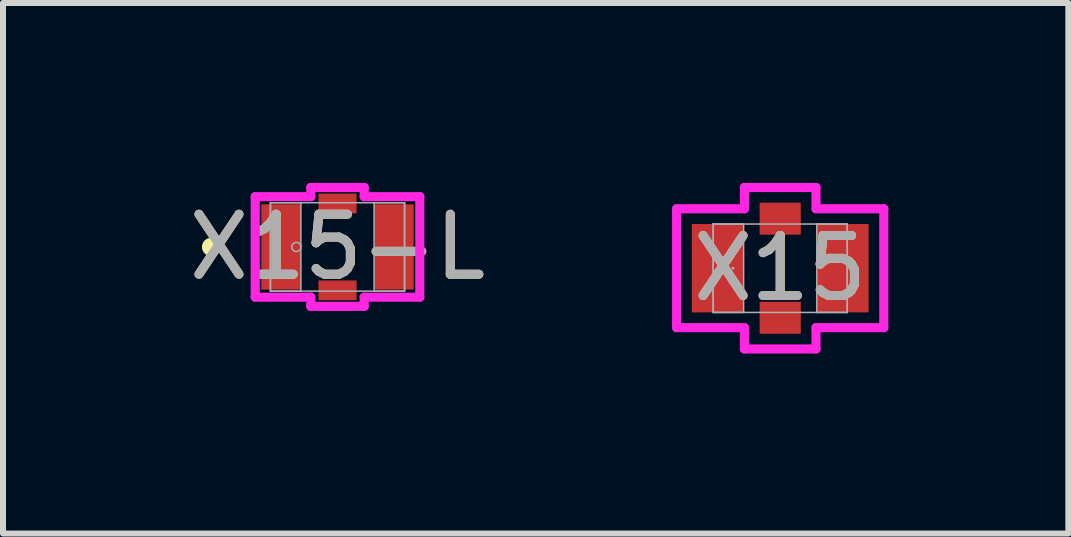
<source format=kicad_pcb>
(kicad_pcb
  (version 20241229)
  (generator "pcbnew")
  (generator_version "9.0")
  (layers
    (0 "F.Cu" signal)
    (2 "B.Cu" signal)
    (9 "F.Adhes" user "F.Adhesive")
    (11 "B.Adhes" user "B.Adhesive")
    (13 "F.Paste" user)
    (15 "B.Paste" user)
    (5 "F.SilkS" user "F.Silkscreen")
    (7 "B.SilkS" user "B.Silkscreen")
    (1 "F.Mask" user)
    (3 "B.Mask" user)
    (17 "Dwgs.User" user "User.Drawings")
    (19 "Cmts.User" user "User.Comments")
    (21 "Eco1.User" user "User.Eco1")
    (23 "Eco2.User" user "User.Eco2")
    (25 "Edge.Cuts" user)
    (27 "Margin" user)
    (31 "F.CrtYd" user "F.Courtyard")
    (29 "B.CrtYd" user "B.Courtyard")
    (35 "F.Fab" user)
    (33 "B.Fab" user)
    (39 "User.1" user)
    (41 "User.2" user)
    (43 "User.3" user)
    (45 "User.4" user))
  (footprint "X15"
    (layer "F.Cu")
    (at 9.958 1.422)
    (property "Reference" "X15" (at 0 0 0) (unlocked yes) (layer "F.SilkS") (effects (font (size 1 1) (thickness 0.15))))
    (attr smd)
    (fp_line (start -1.727 -0.991) (end -0.597 -0.991) (stroke (width 0.152) (type solid)) (layer "F.CrtYd"))
    (fp_line (start -1.727 0.991) (end -1.727 -0.991) (stroke (width 0.152) (type solid)) (layer "F.CrtYd"))
    (fp_line (start -1.727 0.991) (end -0.597 0.991) (stroke (width 0.152) (type solid)) (layer "F.CrtYd"))
    (fp_line (start -0.597 -1.346) (end 0.597 -1.346) (stroke (width 0.152) (type solid)) (layer "F.CrtYd"))
    (fp_line (start -0.597 -0.991) (end -0.597 -1.346) (stroke (width 0.152) (type solid)) (layer "F.CrtYd"))
    (fp_line (start -0.597 0.991) (end -0.597 1.346) (stroke (width 0.152) (type solid)) (layer "F.CrtYd"))
    (fp_line (start -0.597 1.346) (end 0.597 1.346) (stroke (width 0.152) (type solid)) (layer "F.CrtYd"))
    (fp_line (start 0.597 -0.991) (end 0.597 -1.346) (stroke (width 0.152) (type solid)) (layer "F.CrtYd"))
    (fp_line (start 0.597 0.991) (end 0.597 1.346) (stroke (width 0.152) (type solid)) (layer "F.CrtYd"))
    (fp_line (start 1.727 -0.991) (end 0.597 -0.991) (stroke (width 0.152) (type solid)) (layer "F.CrtYd"))
    (fp_line (start 1.727 0.991) (end 0.597 0.991) (stroke (width 0.152) (type solid)) (layer "F.CrtYd"))
    (fp_line (start 1.727 0.991) (end 1.727 -0.991) (stroke (width 0.152) (type solid)) (layer "F.CrtYd"))
    (fp_line (start -1.118 -0.737) (end -1.118 0.737) (stroke (width 0.025) (type solid)) (layer "F.Fab"))
    (fp_line (start -1.118 -0.737) (end -1.118 0.737) (stroke (width 0.025) (type solid)) (layer "F.Fab"))
    (fp_line (start -1.118 0.737) (end -0.61 0.737) (stroke (width 0.025) (type solid)) (layer "F.Fab"))
    (fp_line (start -1.118 0.737) (end 1.118 0.737) (stroke (width 0.025) (type solid)) (layer "F.Fab"))
    (fp_line (start -0.61 -0.737) (end -1.118 -0.737) (stroke (width 0.025) (type solid)) (layer "F.Fab"))
    (fp_line (start -0.61 0.737) (end -0.61 -0.737) (stroke (width 0.025) (type solid)) (layer "F.Fab"))
    (fp_line (start 0.61 -0.737) (end 0.61 0.737) (stroke (width 0.025) (type solid)) (layer "F.Fab"))
    (fp_line (start 0.61 0.737) (end 1.118 0.737) (stroke (width 0.025) (type solid)) (layer "F.Fab"))
    (fp_line (start 1.118 -0.737) (end -1.118 -0.737) (stroke (width 0.025) (type solid)) (layer "F.Fab"))
    (fp_line (start 1.118 -0.737) (end 0.61 -0.737) (stroke (width 0.025) (type solid)) (layer "F.Fab"))
    (fp_line (start 1.118 0.737) (end 1.118 -0.737) (stroke (width 0.025) (type solid)) (layer "F.Fab"))
    (fp_line (start 1.118 0.737) (end 1.118 -0.737) (stroke (width 0.025) (type solid)) (layer "F.Fab"))
    (fp_circle (center -0.787 0) (end -0.787 0) (stroke (width 0.025) (type solid)) (fill no) (layer "F.Fab"))
    (fp_text user "${REFERENCE}" (at 0 0 0) (unlocked yes) (layer "F.Fab") (effects (font (size 1 1) (thickness 0.15))))
    (pad "1" smd rect (at -1.041 0) (size 0.864 1.473) (layers "F.Cu" "F.Mask" "F.Paste"))
    (pad "2" smd rect (at 1.041 0) (size 0.864 1.473) (layers "F.Cu" "F.Mask" "F.Paste"))
    (pad "3" smd rect (at 0 -0.826) (size 0.686 0.533) (layers "F.Cu" "F.Mask" "F.Paste"))
    (pad "4" smd rect (at 0 0.826) (size 0.686 0.533) (layers "F.Cu" "F.Mask" "F.Paste")))
  (footprint "X15-L"
    (layer "F.Cu")
    (at 2.577 1.067)
    (property "Reference" "X15-L" (at 0 0 0) (unlocked yes) (layer "F.SilkS") (effects (font (size 1 1) (thickness 0.15))))
    (attr smd)
    (fp_circle (center -2.108 0) (end -2.032 0) (stroke (width 0.152) (type solid)) (fill no) (layer "F.SilkS"))
    (fp_line (start -1.372 -0.838) (end -0.445 -0.838) (stroke (width 0.152) (type solid)) (layer "F.CrtYd"))
    (fp_line (start -1.372 0.838) (end -1.372 -0.838) (stroke (width 0.152) (type solid)) (layer "F.CrtYd"))
    (fp_line (start -1.372 0.838) (end -0.445 0.838) (stroke (width 0.152) (type solid)) (layer "F.CrtYd"))
    (fp_line (start -0.445 -0.991) (end 0.445 -0.991) (stroke (width 0.152) (type solid)) (layer "F.CrtYd"))
    (fp_line (start -0.445 -0.838) (end -0.445 -0.991) (stroke (width 0.152) (type solid)) (layer "F.CrtYd"))
    (fp_line (start -0.445 0.838) (end -0.445 0.991) (stroke (width 0.152) (type solid)) (layer "F.CrtYd"))
    (fp_line (start -0.445 0.991) (end 0.445 0.991) (stroke (width 0.152) (type solid)) (layer "F.CrtYd"))
    (fp_line (start 0.445 -0.838) (end 0.445 -0.991) (stroke (width 0.152) (type solid)) (layer "F.CrtYd"))
    (fp_line (start 0.445 0.838) (end 0.445 0.991) (stroke (width 0.152) (type solid)) (layer "F.CrtYd"))
    (fp_line (start 1.372 -0.838) (end 0.445 -0.838) (stroke (width 0.152) (type solid)) (layer "F.CrtYd"))
    (fp_line (start 1.372 0.838) (end 0.445 0.838) (stroke (width 0.152) (type solid)) (layer "F.CrtYd"))
    (fp_line (start 1.372 0.838) (end 1.372 -0.838) (stroke (width 0.152) (type solid)) (layer "F.CrtYd"))
    (fp_line (start -1.118 -0.737) (end -1.118 0.737) (stroke (width 0.025) (type solid)) (layer "F.Fab"))
    (fp_line (start -1.118 -0.737) (end -1.118 0.737) (stroke (width 0.025) (type solid)) (layer "F.Fab"))
    (fp_line (start -1.118 0.737) (end -0.61 0.737) (stroke (width 0.025) (type solid)) (layer "F.Fab"))
    (fp_line (start -1.118 0.737) (end 1.118 0.737) (stroke (width 0.025) (type solid)) (layer "F.Fab"))
    (fp_line (start -0.61 -0.737) (end -1.118 -0.737) (stroke (width 0.025) (type solid)) (layer "F.Fab"))
    (fp_line (start -0.61 0.737) (end -0.61 -0.737) (stroke (width 0.025) (type solid)) (layer "F.Fab"))
    (fp_line (start 0.61 -0.737) (end 0.61 0.737) (stroke (width 0.025) (type solid)) (layer "F.Fab"))
    (fp_line (start 0.61 0.737) (end 1.118 0.737) (stroke (width 0.025) (type solid)) (layer "F.Fab"))
    (fp_line (start 1.118 -0.737) (end -1.118 -0.737) (stroke (width 0.025) (type solid)) (layer "F.Fab"))
    (fp_line (start 1.118 -0.737) (end 0.61 -0.737) (stroke (width 0.025) (type solid)) (layer "F.Fab"))
    (fp_line (start 1.118 0.737) (end 1.118 -0.737) (stroke (width 0.025) (type solid)) (layer "F.Fab"))
    (fp_line (start 1.118 0.737) (end 1.118 -0.737) (stroke (width 0.025) (type solid)) (layer "F.Fab"))
    (fp_circle (center -0.686 0) (end -0.61 0) (stroke (width 0.025) (type solid)) (fill no) (layer "F.Fab"))
    (fp_text user "${REFERENCE}" (at 0 0 0) (unlocked yes) (layer "F.Fab") (effects (font (size 1 1) (thickness 0.15))))
    (pad "1" smd rect (at -0.94 0) (size 0.66 1.422) (layers "F.Cu" "F.Mask" "F.Paste"))
    (pad "2" smd rect (at 0.94 0) (size 0.66 1.422) (layers "F.Cu" "F.Mask" "F.Paste"))
    (pad "3" smd rect (at 0 -0.724) (size 0.635 0.33) (layers "F.Cu" "F.Mask" "F.Paste"))
    (pad "4" smd rect (at 0 0.724) (size 0.635 0.33) (layers "F.Cu" "F.Mask" "F.Paste")))
  (gr_rect
    (start -3 -3)
    (end 14.762 5.845)
    (stroke (width 0.1) (type default))
    (fill no)
    (layer "Edge.Cuts")))
</source>
